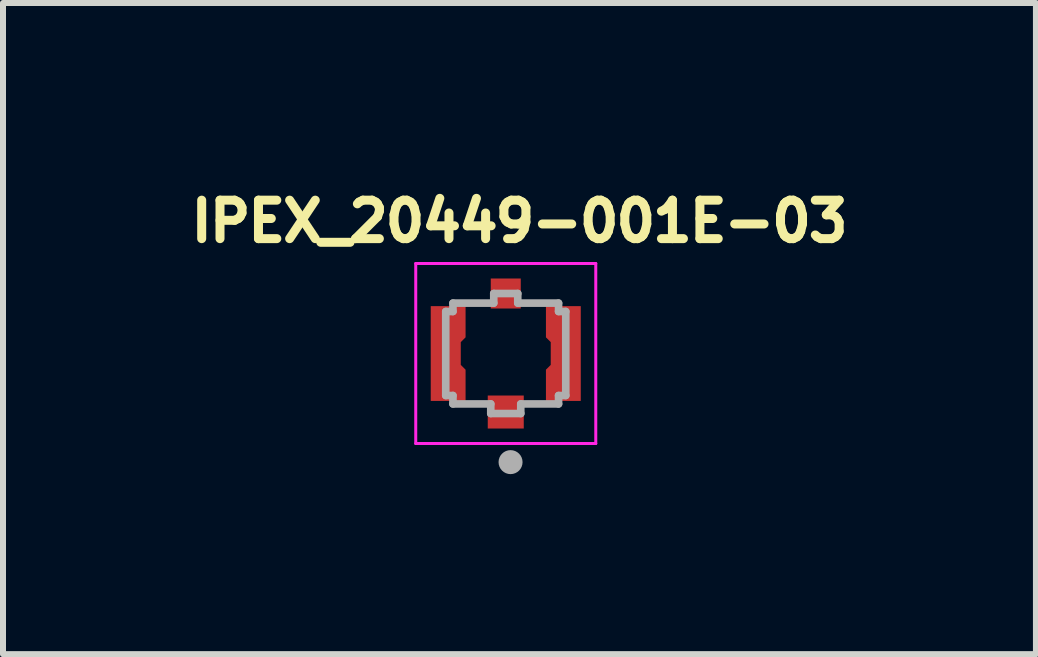
<source format=kicad_pcb>
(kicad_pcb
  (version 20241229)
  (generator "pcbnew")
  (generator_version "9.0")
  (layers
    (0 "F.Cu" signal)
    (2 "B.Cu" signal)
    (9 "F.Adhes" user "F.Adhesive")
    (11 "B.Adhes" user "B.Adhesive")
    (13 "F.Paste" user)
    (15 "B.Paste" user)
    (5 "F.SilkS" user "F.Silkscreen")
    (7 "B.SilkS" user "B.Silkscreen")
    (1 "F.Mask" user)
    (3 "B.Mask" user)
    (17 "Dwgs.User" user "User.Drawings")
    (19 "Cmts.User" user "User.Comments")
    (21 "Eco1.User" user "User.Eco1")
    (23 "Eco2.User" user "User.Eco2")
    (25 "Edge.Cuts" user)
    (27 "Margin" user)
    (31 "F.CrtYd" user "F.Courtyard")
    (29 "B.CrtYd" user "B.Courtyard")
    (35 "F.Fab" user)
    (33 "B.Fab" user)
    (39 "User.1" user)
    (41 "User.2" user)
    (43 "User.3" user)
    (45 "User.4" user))
  (footprint "IPEX_20449-001E-03"
    (layer "F.Cu")
    (at 5.378 2.841)
    (property "Reference" "IPEX_20449-001E-03" (at 0.229 -2.203 0) (layer "F.SilkS") (effects (font (size 0.641 0.641) (thickness 0.15))))
    (attr smd)
    (fp_line (start -1.5 1.5) (end -1.5 -1.5) (stroke (width 0.05) (type solid)) (layer "F.CrtYd"))
    (fp_line (start -1.5 1.5) (end 1.5 1.5) (stroke (width 0.05) (type solid)) (layer "F.CrtYd"))
    (fp_line (start 1.5 -1.5) (end -1.5 -1.5) (stroke (width 0.05) (type solid)) (layer "F.CrtYd"))
    (fp_line (start 1.5 1.5) (end 1.5 -1.5) (stroke (width 0.05) (type solid)) (layer "F.CrtYd"))
    (fp_line (start -1 -0.7) (end -1 0.7) (stroke (width 0.127) (type solid)) (layer "F.Fab"))
    (fp_line (start -1 0.7) (end -0.88 0.7) (stroke (width 0.127) (type solid)) (layer "F.Fab"))
    (fp_line (start -0.88 -0.84) (end -0.88 -0.7) (stroke (width 0.127) (type solid)) (layer "F.Fab"))
    (fp_line (start -0.88 -0.7) (end -1 -0.7) (stroke (width 0.127) (type solid)) (layer "F.Fab"))
    (fp_line (start -0.88 0.7) (end -0.88 0.84) (stroke (width 0.127) (type solid)) (layer "F.Fab"))
    (fp_line (start -0.88 0.84) (end -0.25 0.84) (stroke (width 0.127) (type solid)) (layer "F.Fab"))
    (fp_line (start -0.25 0.84) (end -0.25 1) (stroke (width 0.127) (type solid)) (layer "F.Fab"))
    (fp_line (start -0.25 1) (end 0.25 1) (stroke (width 0.127) (type solid)) (layer "F.Fab"))
    (fp_line (start -0.2 -1) (end -0.2 -0.84) (stroke (width 0.127) (type solid)) (layer "F.Fab"))
    (fp_line (start -0.2 -0.84) (end -0.88 -0.84) (stroke (width 0.127) (type solid)) (layer "F.Fab"))
    (fp_line (start 0.2 -1) (end -0.2 -1) (stroke (width 0.127) (type solid)) (layer "F.Fab"))
    (fp_line (start 0.2 -0.84) (end 0.2 -1) (stroke (width 0.127) (type solid)) (layer "F.Fab"))
    (fp_line (start 0.25 0.84) (end 0.88 0.84) (stroke (width 0.127) (type solid)) (layer "F.Fab"))
    (fp_line (start 0.25 1) (end 0.25 0.84) (stroke (width 0.127) (type solid)) (layer "F.Fab"))
    (fp_line (start 0.88 -0.84) (end 0.2 -0.84) (stroke (width 0.127) (type solid)) (layer "F.Fab"))
    (fp_line (start 0.88 -0.7) (end 0.88 -0.84) (stroke (width 0.127) (type solid)) (layer "F.Fab"))
    (fp_line (start 0.88 0.7) (end 1 0.7) (stroke (width 0.127) (type solid)) (layer "F.Fab"))
    (fp_line (start 0.88 0.84) (end 0.88 0.7) (stroke (width 0.127) (type solid)) (layer "F.Fab"))
    (fp_line (start 1 -0.7) (end 0.88 -0.7) (stroke (width 0.127) (type solid)) (layer "F.Fab"))
    (fp_line (start 1 0.7) (end 1 -0.7) (stroke (width 0.127) (type solid)) (layer "F.Fab"))
    (fp_circle (center 0.08 1.81) (end 0.18 1.81) (stroke (width 0.2) (type solid)) (fill no) (layer "F.Fab"))
    (pad "1" smd rect (at 0 0.975) (size 0.6 0.55) (layers "F.Cu" "F.Mask" "F.Paste"))
    (pad "2" smd custom (at 1 0) (size 0.5 1.58) (layers "F.Cu" "F.Mask" "F.Paste") (options (anchor rect)) (primitives (gr_poly (pts (xy -0.25 0.79) (xy -0.33 0.79) (xy -0.33 0.27) (xy -0.25 0.19) (xy -0.25 -0.19) (xy -0.33 -0.27) (xy -0.33 -0.79) (xy -0.25 -0.79)) (width 0.001) (fill yes))))
    (pad "3" smd custom (at -1 0) (size 0.5 1.58) (layers "F.Cu" "F.Mask" "F.Paste") (options (anchor rect)) (primitives (gr_poly (pts (xy 0.25 -0.79) (xy 0.33 -0.79) (xy 0.33 -0.27) (xy 0.25 -0.19) (xy 0.25 0.19) (xy 0.33 0.27) (xy 0.33 0.79) (xy 0.25 0.79)) (width 0.001) (fill yes))))
    (pad "4" smd rect (at 0 -1) (size 0.5 0.5) (layers "F.Cu" "F.Mask" "F.Paste"))
    (zone (net_name "") (layer "F.Cu") (hatch full 0.508) (connect_pads) (min_thickness 0.001) (filled_areas_thickness no) (keepout (tracks not_allowed) (vias not_allowed) (pads not_allowed) (copperpour not_allowed) (footprints allowed)) (placement (enabled no)) (fill) (polygon (pts (xy 4.708 3.111) (xy 4.628 3.031) (xy 4.628 2.651) (xy 4.708 2.571) (xy 4.708 2.051) (xy 5.128 2.051) (xy 5.128 2.091) (xy 5.628 2.091) (xy 5.628 2.051) (xy 6.048 2.051) (xy 6.048 2.571) (xy 6.128 2.651) (xy 6.128 3.031) (xy 6.048 3.111) (xy 6.048 3.631) (xy 5.678 3.631) (xy 5.678 3.541) (xy 5.078 3.541) (xy 5.078 3.631) (xy 4.708 3.631)))))
  (gr_rect
    (start -3 -3)
    (end 14.213 7.851)
    (stroke (width 0.1) (type default))
    (fill no)
    (layer "Edge.Cuts")))
</source>
